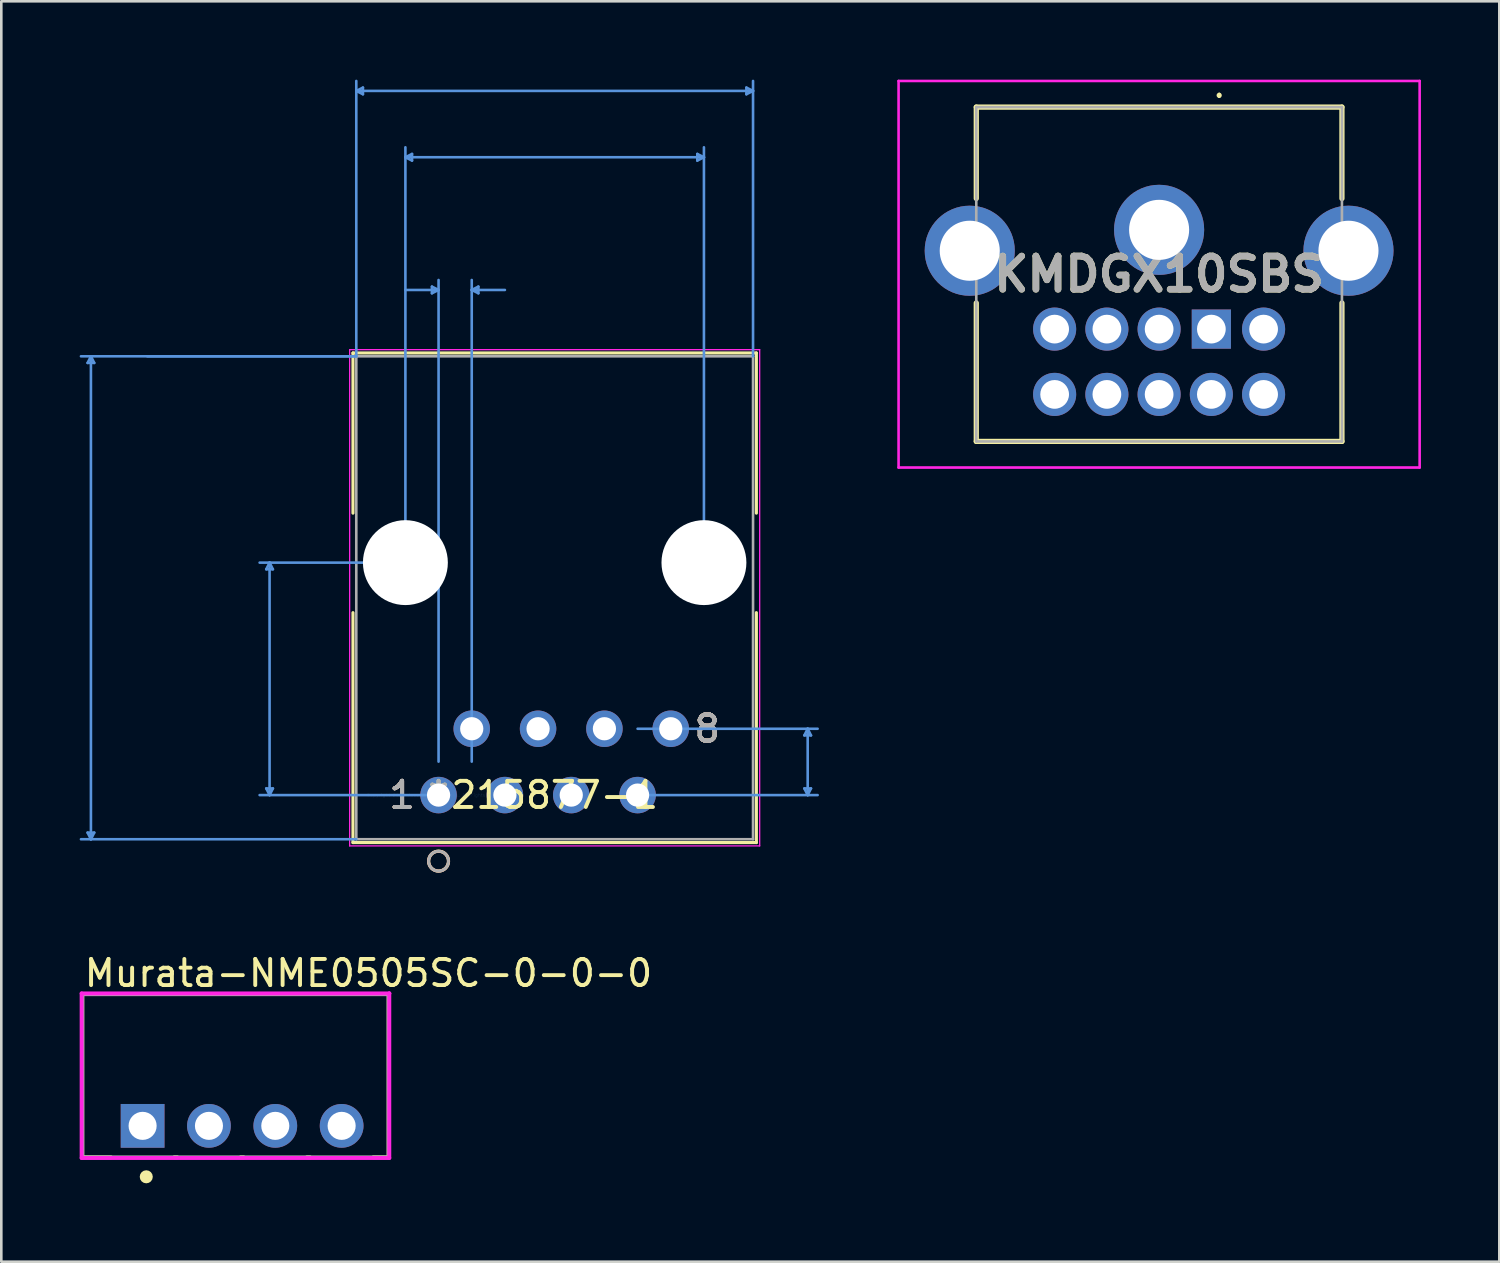
<source format=kicad_pcb>
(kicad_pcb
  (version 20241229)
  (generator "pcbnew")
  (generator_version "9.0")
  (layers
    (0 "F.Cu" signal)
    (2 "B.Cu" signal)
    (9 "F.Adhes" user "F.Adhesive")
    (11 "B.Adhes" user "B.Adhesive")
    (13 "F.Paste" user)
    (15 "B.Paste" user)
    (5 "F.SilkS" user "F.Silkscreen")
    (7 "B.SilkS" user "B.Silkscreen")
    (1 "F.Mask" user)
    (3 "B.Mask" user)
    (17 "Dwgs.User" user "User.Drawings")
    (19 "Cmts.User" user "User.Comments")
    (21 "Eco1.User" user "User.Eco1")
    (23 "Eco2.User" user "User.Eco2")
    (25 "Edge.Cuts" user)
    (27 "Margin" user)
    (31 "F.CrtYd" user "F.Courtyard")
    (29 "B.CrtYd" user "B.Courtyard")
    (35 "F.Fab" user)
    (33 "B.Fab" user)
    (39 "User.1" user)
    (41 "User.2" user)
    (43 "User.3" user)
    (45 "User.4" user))
  (footprint "215877-1"
    (layer "F.Cu")
    (at 13.741 27.391)
    (property "Reference" "215877-1" (at 4.445 0 0) (layer "F.SilkS") (effects (font (size 1 1) (thickness 0.15))))
    (attr through_hole)
    (fp_line (start -3.277 -16.927) (end -3.277 -10.795) (stroke (width 0.12) (type solid)) (layer "F.SilkS"))
    (fp_line (start -3.277 -6.985) (end -3.277 1.818) (stroke (width 0.12) (type solid)) (layer "F.SilkS"))
    (fp_line (start -3.277 1.818) (end 12.167 1.818) (stroke (width 0.12) (type solid)) (layer "F.SilkS"))
    (fp_line (start 12.167 -16.927) (end -3.277 -16.927) (stroke (width 0.12) (type solid)) (layer "F.SilkS"))
    (fp_line (start 12.167 -10.795) (end 12.167 -16.927) (stroke (width 0.12) (type solid)) (layer "F.SilkS"))
    (fp_line (start 12.167 1.818) (end 12.167 -6.985) (stroke (width 0.12) (type solid)) (layer "F.SilkS"))
    (fp_circle (center 0 2.529) (end 0.381 2.529) (stroke (width 0.12) (type solid)) (fill no) (layer "F.SilkS"))
    (fp_circle (center 0 2.529) (end 0.381 2.529) (stroke (width 0.12) (type solid)) (fill no) (layer "B.SilkS"))
    (fp_line (start -13.437 -16.546) (end -13.183 -16.546) (stroke (width 0.1) (type solid)) (layer "Cmts.User"))
    (fp_line (start -13.437 1.437) (end -13.183 1.437) (stroke (width 0.1) (type solid)) (layer "Cmts.User"))
    (fp_line (start -13.31 -16.8) (end -13.437 -16.546) (stroke (width 0.1) (type solid)) (layer "Cmts.User"))
    (fp_line (start -13.31 -16.8) (end -13.31 1.691) (stroke (width 0.1) (type solid)) (layer "Cmts.User"))
    (fp_line (start -13.31 -16.8) (end -13.183 -16.546) (stroke (width 0.1) (type solid)) (layer "Cmts.User"))
    (fp_line (start -13.31 1.691) (end -13.437 1.437) (stroke (width 0.1) (type solid)) (layer "Cmts.User"))
    (fp_line (start -13.31 1.691) (end -13.183 1.437) (stroke (width 0.1) (type solid)) (layer "Cmts.User"))
    (fp_line (start -6.597 -0.254) (end -6.47 0) (stroke (width 0.1) (type solid)) (layer "Cmts.User"))
    (fp_line (start -6.597 -8.646) (end -6.47 -8.9) (stroke (width 0.1) (type solid)) (layer "Cmts.User"))
    (fp_line (start -6.597 -8.646) (end -6.343 -8.646) (stroke (width 0.1) (type solid)) (layer "Cmts.User"))
    (fp_line (start -6.47 -8.9) (end -6.47 0) (stroke (width 0.1) (type solid)) (layer "Cmts.User"))
    (fp_line (start -6.343 -0.254) (end -6.597 -0.254) (stroke (width 0.1) (type solid)) (layer "Cmts.User"))
    (fp_line (start -6.343 -0.254) (end -6.47 0) (stroke (width 0.1) (type solid)) (layer "Cmts.User"))
    (fp_line (start -6.343 -8.646) (end -6.47 -8.9) (stroke (width 0.1) (type solid)) (layer "Cmts.User"))
    (fp_line (start -3.15 -26.96) (end -2.896 -27.087) (stroke (width 0.1) (type solid)) (layer "Cmts.User"))
    (fp_line (start -3.15 -26.96) (end -2.896 -26.833) (stroke (width 0.1) (type solid)) (layer "Cmts.User"))
    (fp_line (start -3.15 -26.96) (end 12.04 -26.96) (stroke (width 0.1) (type solid)) (layer "Cmts.User"))
    (fp_line (start -3.15 -16.8) (end -13.691 -16.8) (stroke (width 0.1) (type solid)) (layer "Cmts.User"))
    (fp_line (start -3.15 -16.8) (end -11.151 -16.8) (stroke (width 0.1) (type solid)) (layer "Cmts.User"))
    (fp_line (start -3.15 -16.8) (end -3.15 -27.341) (stroke (width 0.1) (type solid)) (layer "Cmts.User"))
    (fp_line (start -3.15 1.691) (end -13.691 1.691) (stroke (width 0.1) (type solid)) (layer "Cmts.User"))
    (fp_line (start -2.896 -27.087) (end -2.896 -26.833) (stroke (width 0.1) (type solid)) (layer "Cmts.User"))
    (fp_line (start -1.27 -24.42) (end -1.016 -24.547) (stroke (width 0.1) (type solid)) (layer "Cmts.User"))
    (fp_line (start -1.27 -24.42) (end -1.016 -24.293) (stroke (width 0.1) (type solid)) (layer "Cmts.User"))
    (fp_line (start -1.27 -24.42) (end 10.16 -24.42) (stroke (width 0.1) (type solid)) (layer "Cmts.User"))
    (fp_line (start -1.27 -10.181) (end -1.27 -24.801) (stroke (width 0.1) (type solid)) (layer "Cmts.User"))
    (fp_line (start -1.016 -24.547) (end -1.016 -24.293) (stroke (width 0.1) (type solid)) (layer "Cmts.User"))
    (fp_line (start -0.254 -19.467) (end -0.254 -19.213) (stroke (width 0.1) (type solid)) (layer "Cmts.User"))
    (fp_line (start 0 -19.34) (end -1.27 -19.34) (stroke (width 0.1) (type solid)) (layer "Cmts.User"))
    (fp_line (start 0 -19.34) (end -0.254 -19.467) (stroke (width 0.1) (type solid)) (layer "Cmts.User"))
    (fp_line (start 0 -19.34) (end -0.254 -19.213) (stroke (width 0.1) (type solid)) (layer "Cmts.User"))
    (fp_line (start 0 -8.9) (end -6.851 -8.9) (stroke (width 0.1) (type solid)) (layer "Cmts.User"))
    (fp_line (start 0 -1.281) (end 0 -19.721) (stroke (width 0.1) (type solid)) (layer "Cmts.User"))
    (fp_line (start 0 0) (end -6.851 0) (stroke (width 0.1) (type solid)) (layer "Cmts.User"))
    (fp_line (start 1.27 -19.34) (end 1.524 -19.467) (stroke (width 0.1) (type solid)) (layer "Cmts.User"))
    (fp_line (start 1.27 -19.34) (end 1.524 -19.213) (stroke (width 0.1) (type solid)) (layer "Cmts.User"))
    (fp_line (start 1.27 -19.34) (end 2.54 -19.34) (stroke (width 0.1) (type solid)) (layer "Cmts.User"))
    (fp_line (start 1.27 -1.281) (end 1.27 -19.721) (stroke (width 0.1) (type solid)) (layer "Cmts.User"))
    (fp_line (start 1.524 -19.467) (end 1.524 -19.213) (stroke (width 0.1) (type solid)) (layer "Cmts.User"))
    (fp_line (start 7.62 -2.54) (end 14.513 -2.54) (stroke (width 0.1) (type solid)) (layer "Cmts.User"))
    (fp_line (start 7.62 0) (end 14.513 0) (stroke (width 0.1) (type solid)) (layer "Cmts.User"))
    (fp_line (start 9.906 -24.547) (end 9.906 -24.293) (stroke (width 0.1) (type solid)) (layer "Cmts.User"))
    (fp_line (start 10.16 -24.42) (end 9.906 -24.547) (stroke (width 0.1) (type solid)) (layer "Cmts.User"))
    (fp_line (start 10.16 -24.42) (end 9.906 -24.293) (stroke (width 0.1) (type solid)) (layer "Cmts.User"))
    (fp_line (start 10.16 -10.181) (end 10.16 -24.801) (stroke (width 0.1) (type solid)) (layer "Cmts.User"))
    (fp_line (start 11.786 -27.087) (end 11.786 -26.833) (stroke (width 0.1) (type solid)) (layer "Cmts.User"))
    (fp_line (start 12.04 -26.96) (end 11.786 -27.087) (stroke (width 0.1) (type solid)) (layer "Cmts.User"))
    (fp_line (start 12.04 -26.96) (end 11.786 -26.833) (stroke (width 0.1) (type solid)) (layer "Cmts.User"))
    (fp_line (start 12.04 -16.8) (end 12.04 -27.341) (stroke (width 0.1) (type solid)) (layer "Cmts.User"))
    (fp_line (start 14.005 -0.254) (end 14.132 0) (stroke (width 0.1) (type solid)) (layer "Cmts.User"))
    (fp_line (start 14.005 -2.286) (end 14.132 -2.54) (stroke (width 0.1) (type solid)) (layer "Cmts.User"))
    (fp_line (start 14.005 -2.286) (end 14.259 -2.286) (stroke (width 0.1) (type solid)) (layer "Cmts.User"))
    (fp_line (start 14.132 -2.54) (end 14.132 0) (stroke (width 0.1) (type solid)) (layer "Cmts.User"))
    (fp_line (start 14.259 -0.254) (end 14.005 -0.254) (stroke (width 0.1) (type solid)) (layer "Cmts.User"))
    (fp_line (start 14.259 -0.254) (end 14.132 0) (stroke (width 0.1) (type solid)) (layer "Cmts.User"))
    (fp_line (start 14.259 -2.286) (end 14.132 -2.54) (stroke (width 0.1) (type solid)) (layer "Cmts.User"))
    (fp_line (start -3.404 -17.054) (end -3.404 1.945) (stroke (width 0.05) (type solid)) (layer "F.CrtYd"))
    (fp_line (start -3.404 1.945) (end 12.294 1.945) (stroke (width 0.05) (type solid)) (layer "F.CrtYd"))
    (fp_line (start 12.294 -17.054) (end -3.404 -17.054) (stroke (width 0.05) (type solid)) (layer "F.CrtYd"))
    (fp_line (start 12.294 1.945) (end 12.294 -17.054) (stroke (width 0.05) (type solid)) (layer "F.CrtYd"))
    (fp_line (start -3.15 -16.8) (end -3.15 1.691) (stroke (width 0.1) (type solid)) (layer "F.Fab"))
    (fp_line (start -3.15 1.691) (end 12.04 1.691) (stroke (width 0.1) (type solid)) (layer "F.Fab"))
    (fp_line (start 12.04 -16.8) (end -3.15 -16.8) (stroke (width 0.1) (type solid)) (layer "F.Fab"))
    (fp_line (start 12.04 1.691) (end 12.04 -16.8) (stroke (width 0.1) (type solid)) (layer "F.Fab"))
    (fp_circle (center 0 2.529) (end 0.381 2.529) (stroke (width 0.1) (type solid)) (fill no) (layer "F.Fab"))
    (fp_text user "1" (at -1.397 0 0) (layer "F.SilkS") (effects (font (size 1 1) (thickness 0.15))))
    (fp_text user "8" (at 10.287 -2.54 0) (layer "F.SilkS") (effects (font (size 1 1) (thickness 0.15))))
    (fp_text user "*" (at 0 0 0) (layer "F.SilkS") (effects (font (size 1 1) (thickness 0.15))))
    (fp_text user "1" (at -1.397 0 0) (layer "F.SilkS") (effects (font (size 1 1) (thickness 0.15))))
    (fp_text user "8" (at 10.287 -2.54 0) (layer "F.SilkS") (effects (font (size 1 1) (thickness 0.15))))
    (fp_text user "8" (at 10.287 -2.54 0) (layer "B.SilkS") (effects (font (size 1 1) (thickness 0.15))))
    (fp_text user "8" (at 10.287 -2.54 0) (layer "B.SilkS") (effects (font (size 1 1) (thickness 0.15))))
    (fp_text user "1" (at -1.397 0 0) (layer "B.SilkS") (effects (font (size 1 1) (thickness 0.15))))
    (fp_text user "1" (at -1.397 0 0) (layer "B.SilkS") (effects (font (size 1 1) (thickness 0.15))))
    (fp_text user "Copyright 2021 Accelerated Designs. All rights reserved." (at 0 0 0) (layer "Cmts.User") (effects (font (size 0.127 0.127) (thickness 0.002))))
    (fp_text user "1" (at -1.397 0 0) (layer "F.Fab") (effects (font (size 1 1) (thickness 0.15))))
    (fp_text user "*" (at 0 0 0) (layer "F.Fab") (effects (font (size 1 1) (thickness 0.15))))
    (fp_text user "8" (at 10.287 -2.54 0) (layer "F.Fab") (effects (font (size 1 1) (thickness 0.15))))
    (fp_text user "1" (at -1.397 0 0) (layer "F.Fab") (effects (font (size 1 1) (thickness 0.15))))
    (fp_text user "8" (at 10.287 -2.54 0) (layer "F.Fab") (effects (font (size 1 1) (thickness 0.15))))
    (pad "" np_thru_hole circle (at -1.27 -8.9) (size 3.251 3.251) (drill 3.251) (layers "*.Cu" "*.Mask"))
    (pad "" np_thru_hole circle (at 10.16 -8.9) (size 3.251 3.251) (drill 3.251) (layers "*.Cu" "*.Mask"))
    (pad "1" thru_hole circle (at 0 0) (size 1.397 1.397) (drill 0.889) (layers "*.Cu" "*.Mask"))
    (pad "2" thru_hole circle (at 1.27 -2.54) (size 1.397 1.397) (drill 0.889) (layers "*.Cu" "*.Mask"))
    (pad "3" thru_hole circle (at 2.54 0) (size 1.397 1.397) (drill 0.889) (layers "*.Cu" "*.Mask"))
    (pad "4" thru_hole circle (at 3.81 -2.54) (size 1.397 1.397) (drill 0.889) (layers "*.Cu" "*.Mask"))
    (pad "5" thru_hole circle (at 5.08 0) (size 1.397 1.397) (drill 0.889) (layers "*.Cu" "*.Mask"))
    (pad "6" thru_hole circle (at 6.35 -2.54) (size 1.397 1.397) (drill 0.889) (layers "*.Cu" "*.Mask"))
    (pad "7" thru_hole circle (at 7.62 0) (size 1.397 1.397) (drill 0.889) (layers "*.Cu" "*.Mask"))
    (pad "8" thru_hole circle (at 8.89 -2.54) (size 1.397 1.397) (drill 0.889) (layers "*.Cu" "*.Mask")))
  (footprint "Murata-NME0505SC-0-0-0"
    (layer "F.Cu")
    (at 5.965 38.135)
    (property "Reference" "Murata-NME0505SC-0-0-0" (at -5.865 -3.925 0) (layer "F.SilkS") (effects (font (size 1 1) (thickness 0.15)) (justify left)))
    (attr through_hole)
    (fp_line (start -5.865 -3.125) (end 5.865 -3.125) (stroke (width 0.15) (type solid)) (layer "F.SilkS"))
    (fp_line (start -5.865 3.125) (end -5.865 -3.125) (stroke (width 0.15) (type solid)) (layer "F.SilkS"))
    (fp_line (start -5.865 3.125) (end -4.768 3.125) (stroke (width 0.15) (type solid)) (layer "F.SilkS"))
    (fp_line (start -2.342 3.125) (end -2.228 3.125) (stroke (width 0.15) (type solid)) (layer "F.SilkS"))
    (fp_line (start 0.198 3.125) (end 0.312 3.125) (stroke (width 0.15) (type solid)) (layer "F.SilkS"))
    (fp_line (start 2.737 3.125) (end 2.853 3.125) (stroke (width 0.15) (type solid)) (layer "F.SilkS"))
    (fp_line (start 5.277 3.125) (end 5.865 3.125) (stroke (width 0.15) (type solid)) (layer "F.SilkS"))
    (fp_line (start 5.865 3.125) (end 5.865 -3.125) (stroke (width 0.15) (type solid)) (layer "F.SilkS"))
    (fp_circle (center -3.415 3.87) (end -3.29 3.87) (stroke (width 0.25) (type solid)) (fill no) (layer "F.SilkS"))
    (fp_line (start -5.89 -3.15) (end -5.89 3.15) (stroke (width 0.15) (type solid)) (layer "F.CrtYd"))
    (fp_line (start -5.89 3.15) (end 5.89 3.15) (stroke (width 0.15) (type solid)) (layer "F.CrtYd"))
    (fp_line (start 5.89 -3.15) (end -5.89 -3.15) (stroke (width 0.15) (type solid)) (layer "F.CrtYd"))
    (fp_line (start 5.89 -3.15) (end 5.89 -3.15) (stroke (width 0.15) (type solid)) (layer "F.CrtYd"))
    (fp_line (start 5.89 3.15) (end 5.89 -3.15) (stroke (width 0.15) (type solid)) (layer "F.CrtYd"))
    (fp_line (start -5.865 -3.125) (end 5.865 -3.125) (stroke (width 0.15) (type solid)) (layer "F.Fab"))
    (fp_line (start -5.865 3.125) (end -5.865 -3.125) (stroke (width 0.15) (type solid)) (layer "F.Fab"))
    (fp_line (start 5.865 -3.125) (end 5.865 3.125) (stroke (width 0.15) (type solid)) (layer "F.Fab"))
    (fp_line (start 5.865 3.125) (end -5.865 3.125) (stroke (width 0.15) (type solid)) (layer "F.Fab"))
    (pad "1" thru_hole rect (at -3.555 1.92) (size 1.675 1.675) (drill 1.075) (layers "*.Cu"))
    (pad "2" thru_hole circle (at -1.015 1.92) (size 1.675 1.675) (drill 1.075) (layers "*.Cu"))
    (pad "3" thru_hole circle (at 1.525 1.92) (size 1.675 1.675) (drill 1.075) (layers "*.Cu"))
    (pad "4" thru_hole circle (at 4.065 1.92) (size 1.675 1.675) (drill 1.075) (layers "*.Cu")))
  (footprint "KMDGX10SBS"
    (layer "F.Cu")
    (at 43.628 9.55)
    (property "Reference" "KMDGX10SBS" (at -2.3 -2.1 0) (layer "F.SilkS") (effects (font (size 1.27 1.27) (thickness 0.254))))
    (attr through_hole)
    (fp_line (start -9.3 -8.5) (end -9.3 -5) (stroke (width 0.2) (type solid)) (layer "F.SilkS"))
    (fp_line (start -9.3 -1) (end -9.3 4.3) (stroke (width 0.2) (type solid)) (layer "F.SilkS"))
    (fp_line (start -9.3 4.3) (end 4.7 4.3) (stroke (width 0.2) (type solid)) (layer "F.SilkS"))
    (fp_line (start 0 -9) (end 0 -9) (stroke (width 0.1) (type solid)) (layer "F.SilkS"))
    (fp_line (start 0 -8.9) (end 0 -8.9) (stroke (width 0.1) (type solid)) (layer "F.SilkS"))
    (fp_line (start 4.7 -8.5) (end -9.3 -8.5) (stroke (width 0.2) (type solid)) (layer "F.SilkS"))
    (fp_line (start 4.7 -5) (end 4.7 -8.5) (stroke (width 0.2) (type solid)) (layer "F.SilkS"))
    (fp_line (start 4.7 4.3) (end 4.7 -1) (stroke (width 0.2) (type solid)) (layer "F.SilkS"))
    (fp_arc (start 0 -9) (mid 0.05 -8.95) (end 0 -8.9) (stroke (width 0.1) (type solid)) (layer "F.SilkS"))
    (fp_arc (start 0 -8.9) (mid -0.05 -8.95) (end 0 -9) (stroke (width 0.1) (type solid)) (layer "F.SilkS"))
    (fp_line (start -12.275 -9.5) (end 7.675 -9.5) (stroke (width 0.1) (type solid)) (layer "F.CrtYd"))
    (fp_line (start -12.275 5.3) (end -12.275 -9.5) (stroke (width 0.1) (type solid)) (layer "F.CrtYd"))
    (fp_line (start 7.675 -9.5) (end 7.675 5.3) (stroke (width 0.1) (type solid)) (layer "F.CrtYd"))
    (fp_line (start 7.675 5.3) (end -12.275 5.3) (stroke (width 0.1) (type solid)) (layer "F.CrtYd"))
    (fp_line (start -9.3 -8.5) (end 4.7 -8.5) (stroke (width 0.1) (type solid)) (layer "F.Fab"))
    (fp_line (start -9.3 4.3) (end -9.3 -8.5) (stroke (width 0.1) (type solid)) (layer "F.Fab"))
    (fp_line (start 4.7 -8.5) (end 4.7 4.3) (stroke (width 0.1) (type solid)) (layer "F.Fab"))
    (fp_line (start 4.7 4.3) (end -9.3 4.3) (stroke (width 0.1) (type solid)) (layer "F.Fab"))
    (fp_text user "${REFERENCE}" (at -2.3 -2.1 0) (layer "F.Fab") (effects (font (size 1.27 1.27) (thickness 0.254))))
    (pad "1" thru_hole rect (at -0.3 0) (size 1.5 1.5) (drill 1.1) (layers "*.Cu" "*.Mask"))
    (pad "2" thru_hole circle (at -2.3 0) (size 1.65 1.65) (drill 1.1) (layers "*.Cu" "*.Mask"))
    (pad "3" thru_hole circle (at -4.3 0) (size 1.65 1.65) (drill 1.1) (layers "*.Cu" "*.Mask"))
    (pad "4" thru_hole circle (at 1.7 0) (size 1.65 1.65) (drill 1.1) (layers "*.Cu" "*.Mask"))
    (pad "5" thru_hole circle (at -0.3 2.5) (size 1.65 1.65) (drill 1.1) (layers "*.Cu" "*.Mask"))
    (pad "6" thru_hole circle (at -2.3 2.5) (size 1.65 1.65) (drill 1.1) (layers "*.Cu" "*.Mask"))
    (pad "7" thru_hole circle (at -6.3 0) (size 1.65 1.65) (drill 1.1) (layers "*.Cu" "*.Mask"))
    (pad "8" thru_hole circle (at 1.7 2.5) (size 1.65 1.65) (drill 1.1) (layers "*.Cu" "*.Mask"))
    (pad "9" thru_hole circle (at -4.3 2.5) (size 1.65 1.65) (drill 1.1) (layers "*.Cu" "*.Mask"))
    (pad "10" thru_hole circle (at -6.3 2.5) (size 1.65 1.65) (drill 1.1) (layers "*.Cu" "*.Mask"))
    (pad "MH1" thru_hole circle (at -2.3 -3.8) (size 3.45 3.45) (drill 2.3) (layers "*.Cu" "*.Mask"))
    (pad "MH2" thru_hole circle (at -9.55 -3) (size 3.45 3.45) (drill 2.3) (layers "*.Cu" "*.Mask"))
    (pad "MH3" thru_hole circle (at 4.95 -3) (size 3.45 3.45) (drill 2.3) (layers "*.Cu" "*.Mask")))
  (gr_rect
    (start -3 -3)
    (end 54.353 45.255)
    (stroke (width 0.1) (type default))
    (fill no)
    (layer "Edge.Cuts")))
</source>
